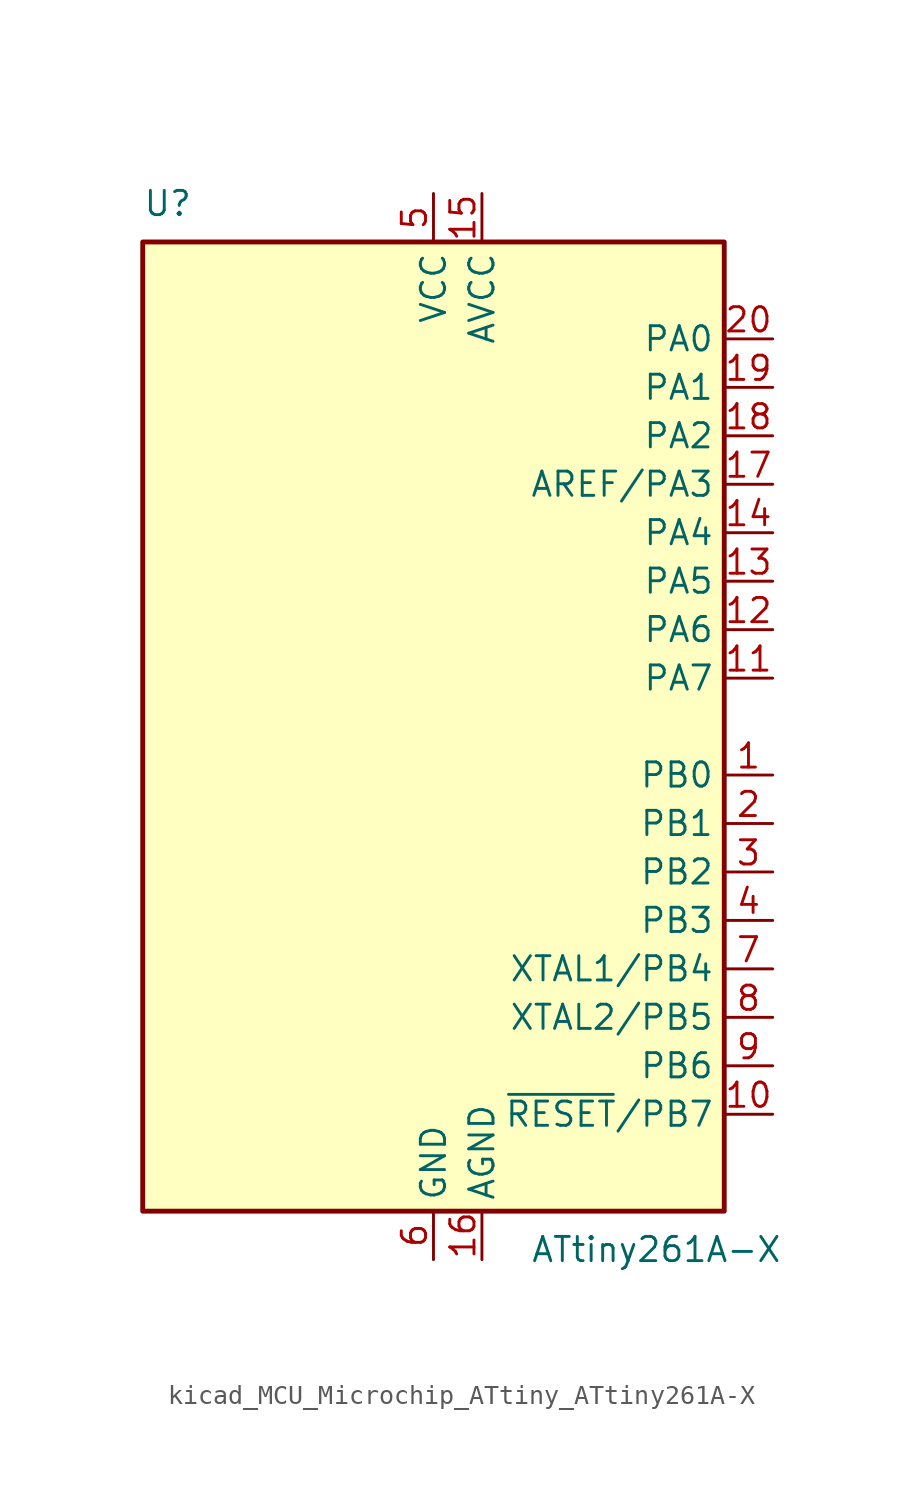
<source format=kicad_sym>
(kicad_symbol_lib
  (version 20220914)
  (generator kicad_symbol_editor)
  (symbol "kicad_MCU_Microchip_ATtiny_ATtiny261A-X"
    (property "Reference" "U"
      (at -15.24 26.67 0)
      (effects (font (size 1.27 1.27)) (justify left bottom)))
    (property "Value" "ATtiny261A-X"
      (at 5.08 -26.67 0)
      (effects (font (size 1.27 1.27)) (justify left top)))
    (symbol "kicad_MCU_Microchip_ATtiny_ATtiny261A-X_0_1"
      (rectangle (start -15.24 -25.4) (end 15.24 25.4) (stroke (width 0.254) (type default)) (fill (type background))))
    (symbol "kicad_MCU_Microchip_ATtiny_ATtiny261A-X_1_1"
      (pin bidirectional line (at 17.78 -2.54 180) (length 2.54) (name "PB0" (effects (font (size 1.27 1.27)))) (number "1" (effects (font (size 1.27 1.27)))))
      (pin bidirectional line (at 17.78 -20.32 180) (length 2.54) (name "~{RESET}/PB7" (effects (font (size 1.27 1.27)))) (number "10" (effects (font (size 1.27 1.27)))))
      (pin bidirectional line (at 17.78 2.54 180) (length 2.54) (name "PA7" (effects (font (size 1.27 1.27)))) (number "11" (effects (font (size 1.27 1.27)))))
      (pin bidirectional line (at 17.78 5.08 180) (length 2.54) (name "PA6" (effects (font (size 1.27 1.27)))) (number "12" (effects (font (size 1.27 1.27)))))
      (pin bidirectional line (at 17.78 7.62 180) (length 2.54) (name "PA5" (effects (font (size 1.27 1.27)))) (number "13" (effects (font (size 1.27 1.27)))))
      (pin bidirectional line (at 17.78 10.16 180) (length 2.54) (name "PA4" (effects (font (size 1.27 1.27)))) (number "14" (effects (font (size 1.27 1.27)))))
      (pin power_in line (at 2.54 27.94 270) (length 2.54) (name "AVCC" (effects (font (size 1.27 1.27)))) (number "15" (effects (font (size 1.27 1.27)))))
      (pin power_in line (at 2.54 -27.94 90) (length 2.54) (name "AGND" (effects (font (size 1.27 1.27)))) (number "16" (effects (font (size 1.27 1.27)))))
      (pin bidirectional line (at 17.78 12.7 180) (length 2.54) (name "AREF/PA3" (effects (font (size 1.27 1.27)))) (number "17" (effects (font (size 1.27 1.27)))))
      (pin bidirectional line (at 17.78 15.24 180) (length 2.54) (name "PA2" (effects (font (size 1.27 1.27)))) (number "18" (effects (font (size 1.27 1.27)))))
      (pin bidirectional line (at 17.78 17.78 180) (length 2.54) (name "PA1" (effects (font (size 1.27 1.27)))) (number "19" (effects (font (size 1.27 1.27)))))
      (pin bidirectional line (at 17.78 -5.08 180) (length 2.54) (name "PB1" (effects (font (size 1.27 1.27)))) (number "2" (effects (font (size 1.27 1.27)))))
      (pin bidirectional line (at 17.78 20.32 180) (length 2.54) (name "PA0" (effects (font (size 1.27 1.27)))) (number "20" (effects (font (size 1.27 1.27)))))
      (pin bidirectional line (at 17.78 -7.62 180) (length 2.54) (name "PB2" (effects (font (size 1.27 1.27)))) (number "3" (effects (font (size 1.27 1.27)))))
      (pin bidirectional line (at 17.78 -10.16 180) (length 2.54) (name "PB3" (effects (font (size 1.27 1.27)))) (number "4" (effects (font (size 1.27 1.27)))))
      (pin power_in line (at 0 27.94 270) (length 2.54) (name "VCC" (effects (font (size 1.27 1.27)))) (number "5" (effects (font (size 1.27 1.27)))))
      (pin power_in line (at 0 -27.94 90) (length 2.54) (name "GND" (effects (font (size 1.27 1.27)))) (number "6" (effects (font (size 1.27 1.27)))))
      (pin bidirectional line (at 17.78 -12.7 180) (length 2.54) (name "XTAL1/PB4" (effects (font (size 1.27 1.27)))) (number "7" (effects (font (size 1.27 1.27)))))
      (pin bidirectional line (at 17.78 -15.24 180) (length 2.54) (name "XTAL2/PB5" (effects (font (size 1.27 1.27)))) (number "8" (effects (font (size 1.27 1.27)))))
      (pin bidirectional line (at 17.78 -17.78 180) (length 2.54) (name "PB6" (effects (font (size 1.27 1.27)))) (number "9" (effects (font (size 1.27 1.27))))))))
</source>
